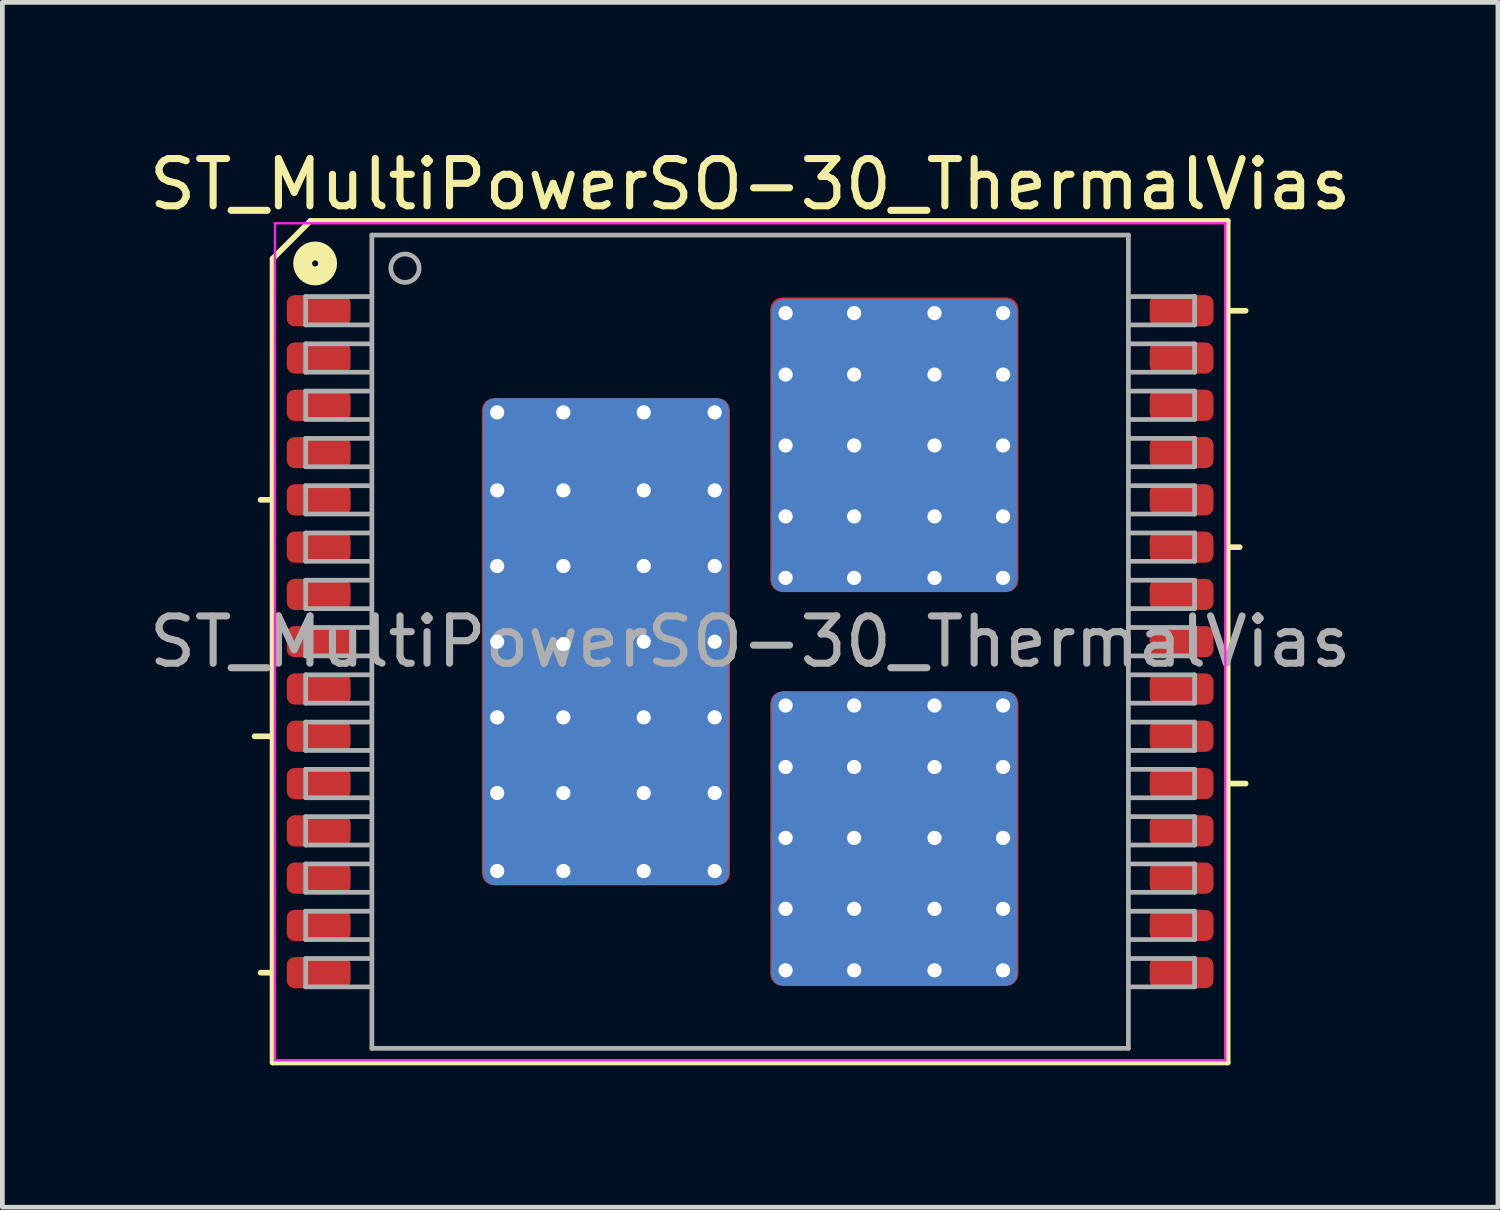
<source format=kicad_pcb>
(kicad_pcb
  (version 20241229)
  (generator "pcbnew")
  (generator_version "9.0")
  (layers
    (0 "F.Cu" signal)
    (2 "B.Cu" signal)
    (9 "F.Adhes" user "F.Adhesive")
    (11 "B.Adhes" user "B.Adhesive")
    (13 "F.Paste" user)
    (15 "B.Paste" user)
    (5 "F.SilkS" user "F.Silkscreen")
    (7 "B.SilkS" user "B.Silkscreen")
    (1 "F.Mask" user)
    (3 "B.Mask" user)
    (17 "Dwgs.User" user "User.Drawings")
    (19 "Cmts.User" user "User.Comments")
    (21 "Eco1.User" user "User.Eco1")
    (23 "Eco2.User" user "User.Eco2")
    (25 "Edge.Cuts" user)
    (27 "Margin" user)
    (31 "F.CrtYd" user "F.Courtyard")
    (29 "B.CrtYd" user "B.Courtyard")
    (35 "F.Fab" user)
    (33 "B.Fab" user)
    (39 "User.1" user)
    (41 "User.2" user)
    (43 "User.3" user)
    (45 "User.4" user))
  (footprint "ST_MultiPowerSO-30_ThermalVias"
    (layer "F.Cu")
    (at 12.815 10.522)
    (property "Reference" "ST_MultiPowerSO-30_ThermalVias" (at 0 -9.674 0) (layer "F.SilkS") (effects (font (size 1 1) (thickness 0.15))))
    (attr smd)
    (fp_line (start -10.481 2) (end -10.1 2) (stroke (width 0.12) (type solid)) (layer "F.SilkS"))
    (fp_line (start -10.354 -3) (end -10.1 -3) (stroke (width 0.12) (type solid)) (layer "F.SilkS"))
    (fp_line (start -10.354 7) (end -10.1 7) (stroke (width 0.12) (type solid)) (layer "F.SilkS"))
    (fp_line (start -10.1 -8.1) (end -10.1 8.9) (stroke (width 0.12) (type solid)) (layer "F.SilkS"))
    (fp_line (start -10.1 -8.1) (end -9.3 -8.9) (stroke (width 0.12) (type solid)) (layer "F.SilkS"))
    (fp_line (start -10.1 8.9) (end 10.1 8.9) (stroke (width 0.12) (type solid)) (layer "F.SilkS"))
    (fp_line (start 10.1 -8.9) (end -9.3 -8.9) (stroke (width 0.12) (type solid)) (layer "F.SilkS"))
    (fp_line (start 10.1 -7) (end 10.481 -7) (stroke (width 0.12) (type solid)) (layer "F.SilkS"))
    (fp_line (start 10.1 -2) (end 10.354 -2) (stroke (width 0.12) (type solid)) (layer "F.SilkS"))
    (fp_line (start 10.1 3) (end 10.481 3) (stroke (width 0.12) (type solid)) (layer "F.SilkS"))
    (fp_line (start 10.1 8.9) (end 10.1 -8.9) (stroke (width 0.12) (type solid)) (layer "F.SilkS"))
    (fp_circle (center -9.2 -8) (end -9.136 -8) (stroke (width 0.4) (type solid)) (fill no) (layer "F.SilkS"))
    (fp_line (start -10.05 -8.85) (end -10.05 8.85) (stroke (width 0.05) (type solid)) (layer "F.CrtYd"))
    (fp_line (start -10.05 -8.85) (end 10.05 -8.85) (stroke (width 0.05) (type solid)) (layer "F.CrtYd"))
    (fp_line (start 10.05 8.85) (end -10.05 8.85) (stroke (width 0.05) (type solid)) (layer "F.CrtYd"))
    (fp_line (start 10.05 8.85) (end 10.05 -8.85) (stroke (width 0.05) (type solid)) (layer "F.CrtYd"))
    (fp_line (start -9.4 -7.3) (end -9.4 -6.7) (stroke (width 0.1) (type solid)) (layer "F.Fab"))
    (fp_line (start -9.4 -7.3) (end -8 -7.3) (stroke (width 0.1) (type solid)) (layer "F.Fab"))
    (fp_line (start -9.4 -6.7) (end -8 -6.7) (stroke (width 0.1) (type solid)) (layer "F.Fab"))
    (fp_line (start -9.4 -6.3) (end -9.4 -5.7) (stroke (width 0.1) (type solid)) (layer "F.Fab"))
    (fp_line (start -9.4 -6.3) (end -8 -6.3) (stroke (width 0.1) (type solid)) (layer "F.Fab"))
    (fp_line (start -9.4 -5.7) (end -8 -5.7) (stroke (width 0.1) (type solid)) (layer "F.Fab"))
    (fp_line (start -9.4 -5.3) (end -9.4 -4.7) (stroke (width 0.1) (type solid)) (layer "F.Fab"))
    (fp_line (start -9.4 -5.3) (end -8 -5.3) (stroke (width 0.1) (type solid)) (layer "F.Fab"))
    (fp_line (start -9.4 -4.7) (end -8 -4.7) (stroke (width 0.1) (type solid)) (layer "F.Fab"))
    (fp_line (start -9.4 -4.3) (end -9.4 -3.7) (stroke (width 0.1) (type solid)) (layer "F.Fab"))
    (fp_line (start -9.4 -4.3) (end -8 -4.3) (stroke (width 0.1) (type solid)) (layer "F.Fab"))
    (fp_line (start -9.4 -3.7) (end -8 -3.7) (stroke (width 0.1) (type solid)) (layer "F.Fab"))
    (fp_line (start -9.4 -3.3) (end -9.4 -2.7) (stroke (width 0.1) (type solid)) (layer "F.Fab"))
    (fp_line (start -9.4 -3.3) (end -8 -3.3) (stroke (width 0.1) (type solid)) (layer "F.Fab"))
    (fp_line (start -9.4 -2.7) (end -8 -2.7) (stroke (width 0.1) (type solid)) (layer "F.Fab"))
    (fp_line (start -9.4 -2.3) (end -9.4 -1.7) (stroke (width 0.1) (type solid)) (layer "F.Fab"))
    (fp_line (start -9.4 -2.3) (end -8 -2.3) (stroke (width 0.1) (type solid)) (layer "F.Fab"))
    (fp_line (start -9.4 -1.7) (end -8 -1.7) (stroke (width 0.1) (type solid)) (layer "F.Fab"))
    (fp_line (start -9.4 -1.3) (end -9.4 -0.7) (stroke (width 0.1) (type solid)) (layer "F.Fab"))
    (fp_line (start -9.4 -1.3) (end -8 -1.3) (stroke (width 0.1) (type solid)) (layer "F.Fab"))
    (fp_line (start -9.4 -0.7) (end -8 -0.7) (stroke (width 0.1) (type solid)) (layer "F.Fab"))
    (fp_line (start -9.4 -0.3) (end -9.4 0.3) (stroke (width 0.1) (type solid)) (layer "F.Fab"))
    (fp_line (start -9.4 -0.3) (end -8 -0.3) (stroke (width 0.1) (type solid)) (layer "F.Fab"))
    (fp_line (start -9.4 0.3) (end -8 0.3) (stroke (width 0.1) (type solid)) (layer "F.Fab"))
    (fp_line (start -9.4 0.7) (end -9.4 1.3) (stroke (width 0.1) (type solid)) (layer "F.Fab"))
    (fp_line (start -9.4 0.7) (end -8 0.7) (stroke (width 0.1) (type solid)) (layer "F.Fab"))
    (fp_line (start -9.4 1.3) (end -8 1.3) (stroke (width 0.1) (type solid)) (layer "F.Fab"))
    (fp_line (start -9.4 1.7) (end -9.4 2.3) (stroke (width 0.1) (type solid)) (layer "F.Fab"))
    (fp_line (start -9.4 1.7) (end -8 1.7) (stroke (width 0.1) (type solid)) (layer "F.Fab"))
    (fp_line (start -9.4 2.3) (end -8 2.3) (stroke (width 0.1) (type solid)) (layer "F.Fab"))
    (fp_line (start -9.4 2.7) (end -9.4 3.3) (stroke (width 0.1) (type solid)) (layer "F.Fab"))
    (fp_line (start -9.4 2.7) (end -8 2.7) (stroke (width 0.1) (type solid)) (layer "F.Fab"))
    (fp_line (start -9.4 3.3) (end -8 3.3) (stroke (width 0.1) (type solid)) (layer "F.Fab"))
    (fp_line (start -9.4 3.7) (end -9.4 4.3) (stroke (width 0.1) (type solid)) (layer "F.Fab"))
    (fp_line (start -9.4 3.7) (end -8 3.7) (stroke (width 0.1) (type solid)) (layer "F.Fab"))
    (fp_line (start -9.4 4.3) (end -8 4.3) (stroke (width 0.1) (type solid)) (layer "F.Fab"))
    (fp_line (start -9.4 4.7) (end -9.4 5.3) (stroke (width 0.1) (type solid)) (layer "F.Fab"))
    (fp_line (start -9.4 4.7) (end -8 4.7) (stroke (width 0.1) (type solid)) (layer "F.Fab"))
    (fp_line (start -9.4 5.3) (end -8 5.3) (stroke (width 0.1) (type solid)) (layer "F.Fab"))
    (fp_line (start -9.4 5.7) (end -9.4 6.3) (stroke (width 0.1) (type solid)) (layer "F.Fab"))
    (fp_line (start -9.4 5.7) (end -8 5.7) (stroke (width 0.1) (type solid)) (layer "F.Fab"))
    (fp_line (start -9.4 6.3) (end -8 6.3) (stroke (width 0.1) (type solid)) (layer "F.Fab"))
    (fp_line (start -9.4 6.7) (end -9.4 7.3) (stroke (width 0.1) (type solid)) (layer "F.Fab"))
    (fp_line (start -9.4 6.7) (end -8 6.7) (stroke (width 0.1) (type solid)) (layer "F.Fab"))
    (fp_line (start -9.4 7.3) (end -8 7.3) (stroke (width 0.1) (type solid)) (layer "F.Fab"))
    (fp_line (start -8 -8.6) (end -8 8.6) (stroke (width 0.1) (type solid)) (layer "F.Fab"))
    (fp_line (start -8 8.6) (end 8 8.6) (stroke (width 0.1) (type solid)) (layer "F.Fab"))
    (fp_line (start 8 -8.6) (end -8 -8.6) (stroke (width 0.1) (type solid)) (layer "F.Fab"))
    (fp_line (start 8 8.6) (end 8 -8.6) (stroke (width 0.1) (type solid)) (layer "F.Fab"))
    (fp_line (start 9.4 -7.3) (end 8 -7.3) (stroke (width 0.1) (type solid)) (layer "F.Fab"))
    (fp_line (start 9.4 -6.7) (end 8 -6.7) (stroke (width 0.1) (type solid)) (layer "F.Fab"))
    (fp_line (start 9.4 -6.7) (end 9.4 -7.3) (stroke (width 0.1) (type solid)) (layer "F.Fab"))
    (fp_line (start 9.4 -6.3) (end 8 -6.3) (stroke (width 0.1) (type solid)) (layer "F.Fab"))
    (fp_line (start 9.4 -5.7) (end 8 -5.7) (stroke (width 0.1) (type solid)) (layer "F.Fab"))
    (fp_line (start 9.4 -5.7) (end 9.4 -6.3) (stroke (width 0.1) (type solid)) (layer "F.Fab"))
    (fp_line (start 9.4 -5.3) (end 8 -5.3) (stroke (width 0.1) (type solid)) (layer "F.Fab"))
    (fp_line (start 9.4 -4.7) (end 8 -4.7) (stroke (width 0.1) (type solid)) (layer "F.Fab"))
    (fp_line (start 9.4 -4.7) (end 9.4 -5.3) (stroke (width 0.1) (type solid)) (layer "F.Fab"))
    (fp_line (start 9.4 -4.3) (end 8 -4.3) (stroke (width 0.1) (type solid)) (layer "F.Fab"))
    (fp_line (start 9.4 -3.7) (end 8 -3.7) (stroke (width 0.1) (type solid)) (layer "F.Fab"))
    (fp_line (start 9.4 -3.7) (end 9.4 -4.3) (stroke (width 0.1) (type solid)) (layer "F.Fab"))
    (fp_line (start 9.4 -3.3) (end 8 -3.3) (stroke (width 0.1) (type solid)) (layer "F.Fab"))
    (fp_line (start 9.4 -2.7) (end 8 -2.7) (stroke (width 0.1) (type solid)) (layer "F.Fab"))
    (fp_line (start 9.4 -2.7) (end 9.4 -3.3) (stroke (width 0.1) (type solid)) (layer "F.Fab"))
    (fp_line (start 9.4 -2.3) (end 8 -2.3) (stroke (width 0.1) (type solid)) (layer "F.Fab"))
    (fp_line (start 9.4 -1.7) (end 8 -1.7) (stroke (width 0.1) (type solid)) (layer "F.Fab"))
    (fp_line (start 9.4 -1.7) (end 9.4 -2.3) (stroke (width 0.1) (type solid)) (layer "F.Fab"))
    (fp_line (start 9.4 -1.3) (end 8 -1.3) (stroke (width 0.1) (type solid)) (layer "F.Fab"))
    (fp_line (start 9.4 -0.7) (end 8 -0.7) (stroke (width 0.1) (type solid)) (layer "F.Fab"))
    (fp_line (start 9.4 -0.7) (end 9.4 -1.3) (stroke (width 0.1) (type solid)) (layer "F.Fab"))
    (fp_line (start 9.4 -0.3) (end 8 -0.3) (stroke (width 0.1) (type solid)) (layer "F.Fab"))
    (fp_line (start 9.4 0.3) (end 8 0.3) (stroke (width 0.1) (type solid)) (layer "F.Fab"))
    (fp_line (start 9.4 0.3) (end 9.4 -0.3) (stroke (width 0.1) (type solid)) (layer "F.Fab"))
    (fp_line (start 9.4 0.7) (end 8 0.7) (stroke (width 0.1) (type solid)) (layer "F.Fab"))
    (fp_line (start 9.4 1.3) (end 8 1.3) (stroke (width 0.1) (type solid)) (layer "F.Fab"))
    (fp_line (start 9.4 1.3) (end 9.4 0.7) (stroke (width 0.1) (type solid)) (layer "F.Fab"))
    (fp_line (start 9.4 1.7) (end 8 1.7) (stroke (width 0.1) (type solid)) (layer "F.Fab"))
    (fp_line (start 9.4 2.3) (end 8 2.3) (stroke (width 0.1) (type solid)) (layer "F.Fab"))
    (fp_line (start 9.4 2.3) (end 9.4 1.7) (stroke (width 0.1) (type solid)) (layer "F.Fab"))
    (fp_line (start 9.4 2.7) (end 8 2.7) (stroke (width 0.1) (type solid)) (layer "F.Fab"))
    (fp_line (start 9.4 3.3) (end 8 3.3) (stroke (width 0.1) (type solid)) (layer "F.Fab"))
    (fp_line (start 9.4 3.3) (end 9.4 2.7) (stroke (width 0.1) (type solid)) (layer "F.Fab"))
    (fp_line (start 9.4 3.7) (end 8 3.7) (stroke (width 0.1) (type solid)) (layer "F.Fab"))
    (fp_line (start 9.4 4.3) (end 8 4.3) (stroke (width 0.1) (type solid)) (layer "F.Fab"))
    (fp_line (start 9.4 4.3) (end 9.4 3.7) (stroke (width 0.1) (type solid)) (layer "F.Fab"))
    (fp_line (start 9.4 4.7) (end 8 4.7) (stroke (width 0.1) (type solid)) (layer "F.Fab"))
    (fp_line (start 9.4 5.3) (end 8 5.3) (stroke (width 0.1) (type solid)) (layer "F.Fab"))
    (fp_line (start 9.4 5.3) (end 9.4 4.7) (stroke (width 0.1) (type solid)) (layer "F.Fab"))
    (fp_line (start 9.4 5.7) (end 8 5.7) (stroke (width 0.1) (type solid)) (layer "F.Fab"))
    (fp_line (start 9.4 6.3) (end 8 6.3) (stroke (width 0.1) (type solid)) (layer "F.Fab"))
    (fp_line (start 9.4 6.3) (end 9.4 5.7) (stroke (width 0.1) (type solid)) (layer "F.Fab"))
    (fp_line (start 9.4 6.7) (end 8 6.7) (stroke (width 0.1) (type solid)) (layer "F.Fab"))
    (fp_line (start 9.4 7.3) (end 8 7.3) (stroke (width 0.1) (type solid)) (layer "F.Fab"))
    (fp_line (start 9.4 7.3) (end 9.4 6.7) (stroke (width 0.1) (type solid)) (layer "F.Fab"))
    (fp_circle (center -7.3 -7.9) (end -7 -7.9) (stroke (width 0.1) (type solid)) (fill no) (layer "F.Fab"))
    (fp_text user "${REFERENCE}" (at 0 0 0) (layer "F.Fab") (effects (font (size 1 1) (thickness 0.15))))
    (pad "" smd roundrect (at -4.8 -4) (size 1.4 1.3) (layers "F.Paste") (roundrect_rratio 0.192))
    (pad "" smd roundrect (at -4.8 -2.4) (size 1.4 1.3) (layers "F.Paste") (roundrect_rratio 0.192))
    (pad "" smd roundrect (at -4.8 -0.8) (size 1.4 1.3) (layers "F.Paste") (roundrect_rratio 0.192))
    (pad "" smd roundrect (at -4.8 0.8) (size 1.4 1.3) (layers "F.Paste") (roundrect_rratio 0.192))
    (pad "" smd roundrect (at -4.8 2.4) (size 1.4 1.3) (layers "F.Paste") (roundrect_rratio 0.192))
    (pad "" smd roundrect (at -4.8 4) (size 1.4 1.3) (layers "F.Paste") (roundrect_rratio 0.192))
    (pad "" smd roundrect (at -3.1 -4) (size 1.4 1.3) (layers "F.Paste") (roundrect_rratio 0.192))
    (pad "" smd roundrect (at -3.1 -2.4) (size 1.4 1.3) (layers "F.Paste") (roundrect_rratio 0.192))
    (pad "" smd roundrect (at -3.1 -0.8) (size 1.4 1.3) (layers "F.Paste") (roundrect_rratio 0.192))
    (pad "" smd roundrect (at -3.1 0.8) (size 1.4 1.3) (layers "F.Paste") (roundrect_rratio 0.192))
    (pad "" smd roundrect (at -3.1 2.4) (size 1.4 1.3) (layers "F.Paste") (roundrect_rratio 0.192))
    (pad "" smd roundrect (at -3.1 4) (size 1.4 1.3) (layers "F.Paste") (roundrect_rratio 0.192))
    (pad "" smd roundrect (at -1.4 -4) (size 1.4 1.3) (layers "F.Paste") (roundrect_rratio 0.192))
    (pad "" smd roundrect (at -1.4 -2.4) (size 1.4 1.3) (layers "F.Paste") (roundrect_rratio 0.192))
    (pad "" smd roundrect (at -1.4 -0.8) (size 1.4 1.3) (layers "F.Paste") (roundrect_rratio 0.192))
    (pad "" smd roundrect (at -1.4 0.8) (size 1.4 1.3) (layers "F.Paste") (roundrect_rratio 0.192))
    (pad "" smd roundrect (at -1.4 2.4) (size 1.4 1.3) (layers "F.Paste") (roundrect_rratio 0.192))
    (pad "" smd roundrect (at -1.4 4) (size 1.4 1.3) (layers "F.Paste") (roundrect_rratio 0.192))
    (pad "" smd roundrect (at 1.35 -6.4) (size 1.4 1.2) (layers "F.Paste") (roundrect_rratio 0.208))
    (pad "" smd roundrect (at 1.35 -4.9) (size 1.4 1.2) (layers "F.Paste") (roundrect_rratio 0.208))
    (pad "" smd roundrect (at 1.35 -3.4) (size 1.4 1.2) (layers "F.Paste") (roundrect_rratio 0.208))
    (pad "" smd roundrect (at 1.35 -1.9) (size 1.4 1.2) (layers "F.Paste") (roundrect_rratio 0.208))
    (pad "" smd roundrect (at 1.35 1.9) (size 1.4 1.2) (layers "F.Paste") (roundrect_rratio 0.208))
    (pad "" smd roundrect (at 1.35 3.4) (size 1.4 1.2) (layers "F.Paste") (roundrect_rratio 0.208))
    (pad "" smd roundrect (at 1.35 4.9) (size 1.4 1.2) (layers "F.Paste") (roundrect_rratio 0.208))
    (pad "" smd roundrect (at 1.35 6.4) (size 1.4 1.2) (layers "F.Paste") (roundrect_rratio 0.208))
    (pad "" smd roundrect (at 3.05 -6.4) (size 1.4 1.2) (layers "F.Paste") (roundrect_rratio 0.208))
    (pad "" smd roundrect (at 3.05 -4.9) (size 1.4 1.2) (layers "F.Paste") (roundrect_rratio 0.208))
    (pad "" smd roundrect (at 3.05 -3.4) (size 1.4 1.2) (layers "F.Paste") (roundrect_rratio 0.208))
    (pad "" smd roundrect (at 3.05 -1.9) (size 1.4 1.2) (layers "F.Paste") (roundrect_rratio 0.208))
    (pad "" smd roundrect (at 3.05 1.9) (size 1.4 1.2) (layers "F.Paste") (roundrect_rratio 0.208))
    (pad "" smd roundrect (at 3.05 3.4) (size 1.4 1.2) (layers "F.Paste") (roundrect_rratio 0.208))
    (pad "" smd roundrect (at 3.05 4.9) (size 1.4 1.2) (layers "F.Paste") (roundrect_rratio 0.208))
    (pad "" smd roundrect (at 3.05 6.4) (size 1.4 1.2) (layers "F.Paste") (roundrect_rratio 0.208))
    (pad "" smd roundrect (at 4.75 -6.4) (size 1.4 1.2) (layers "F.Paste") (roundrect_rratio 0.208))
    (pad "" smd roundrect (at 4.75 -4.9) (size 1.4 1.2) (layers "F.Paste") (roundrect_rratio 0.208))
    (pad "" smd roundrect (at 4.75 -3.4) (size 1.4 1.2) (layers "F.Paste") (roundrect_rratio 0.208))
    (pad "" smd roundrect (at 4.75 -1.9) (size 1.4 1.2) (layers "F.Paste") (roundrect_rratio 0.208))
    (pad "" smd roundrect (at 4.75 1.9) (size 1.4 1.2) (layers "F.Paste") (roundrect_rratio 0.208))
    (pad "" smd roundrect (at 4.75 3.4) (size 1.4 1.2) (layers "F.Paste") (roundrect_rratio 0.208))
    (pad "" smd roundrect (at 4.75 4.9) (size 1.4 1.2) (layers "F.Paste") (roundrect_rratio 0.208))
    (pad "" smd roundrect (at 4.75 6.4) (size 1.4 1.2) (layers "F.Paste") (roundrect_rratio 0.208))
    (pad "1" smd roundrect (at -9.125 -7 270) (size 0.66 1.35) (layers "F.Cu" "F.Mask" "F.Paste") (roundrect_rratio 0.25))
    (pad "2" smd roundrect (at -9.125 -6 270) (size 0.66 1.35) (layers "F.Cu" "F.Mask" "F.Paste") (roundrect_rratio 0.25))
    (pad "3" smd roundrect (at -9.125 -5 270) (size 0.66 1.35) (layers "F.Cu" "F.Mask" "F.Paste") (roundrect_rratio 0.25))
    (pad "4" smd roundrect (at -9.125 -4 270) (size 0.66 1.35) (layers "F.Cu" "F.Mask" "F.Paste") (roundrect_rratio 0.25))
    (pad "5" smd roundrect (at -9.125 -3 270) (size 0.66 1.35) (layers "F.Cu" "F.Mask" "F.Paste") (roundrect_rratio 0.25))
    (pad "6" smd roundrect (at -9.125 -2 270) (size 0.66 1.35) (layers "F.Cu" "F.Mask" "F.Paste") (roundrect_rratio 0.25))
    (pad "7" smd roundrect (at -9.125 -1 270) (size 0.66 1.35) (layers "F.Cu" "F.Mask" "F.Paste") (roundrect_rratio 0.25))
    (pad "8" smd roundrect (at -9.125 0 270) (size 0.66 1.35) (layers "F.Cu" "F.Mask" "F.Paste") (roundrect_rratio 0.25))
    (pad "9" smd roundrect (at -9.125 1 270) (size 0.66 1.35) (layers "F.Cu" "F.Mask" "F.Paste") (roundrect_rratio 0.25))
    (pad "10" smd roundrect (at -9.125 2 270) (size 0.66 1.35) (layers "F.Cu" "F.Mask" "F.Paste") (roundrect_rratio 0.25))
    (pad "11" smd roundrect (at -9.125 3 270) (size 0.66 1.35) (layers "F.Cu" "F.Mask" "F.Paste") (roundrect_rratio 0.25))
    (pad "12" smd roundrect (at -9.125 4 270) (size 0.66 1.35) (layers "F.Cu" "F.Mask" "F.Paste") (roundrect_rratio 0.25))
    (pad "13" smd roundrect (at -9.125 5 270) (size 0.66 1.35) (layers "F.Cu" "F.Mask" "F.Paste") (roundrect_rratio 0.25))
    (pad "14" smd roundrect (at -9.125 6 270) (size 0.66 1.35) (layers "F.Cu" "F.Mask" "F.Paste") (roundrect_rratio 0.25))
    (pad "15" smd roundrect (at -9.125 7 270) (size 0.66 1.35) (layers "F.Cu" "F.Mask" "F.Paste") (roundrect_rratio 0.25))
    (pad "16" smd roundrect (at 9.125 7 270) (size 0.66 1.35) (layers "F.Cu" "F.Mask" "F.Paste") (roundrect_rratio 0.25))
    (pad "17" smd roundrect (at 9.125 6 270) (size 0.66 1.35) (layers "F.Cu" "F.Mask" "F.Paste") (roundrect_rratio 0.25))
    (pad "18" smd roundrect (at 9.125 5 270) (size 0.66 1.35) (layers "F.Cu" "F.Mask" "F.Paste") (roundrect_rratio 0.25))
    (pad "19" smd roundrect (at 9.125 4 270) (size 0.66 1.35) (layers "F.Cu" "F.Mask" "F.Paste") (roundrect_rratio 0.25))
    (pad "20" smd roundrect (at 9.125 3 270) (size 0.66 1.35) (layers "F.Cu" "F.Mask" "F.Paste") (roundrect_rratio 0.25))
    (pad "21" smd roundrect (at 9.125 2 270) (size 0.66 1.35) (layers "F.Cu" "F.Mask" "F.Paste") (roundrect_rratio 0.25))
    (pad "22" smd roundrect (at 9.125 1 270) (size 0.66 1.35) (layers "F.Cu" "F.Mask" "F.Paste") (roundrect_rratio 0.25))
    (pad "23" smd roundrect (at 9.125 0 270) (size 0.66 1.35) (layers "F.Cu" "F.Mask" "F.Paste") (roundrect_rratio 0.25))
    (pad "24" smd roundrect (at 9.125 -1 270) (size 0.66 1.35) (layers "F.Cu" "F.Mask" "F.Paste") (roundrect_rratio 0.25))
    (pad "25" smd roundrect (at 9.125 -2 270) (size 0.66 1.35) (layers "F.Cu" "F.Mask" "F.Paste") (roundrect_rratio 0.25))
    (pad "26" smd roundrect (at 9.125 -3 270) (size 0.66 1.35) (layers "F.Cu" "F.Mask" "F.Paste") (roundrect_rratio 0.25))
    (pad "27" smd roundrect (at 9.125 -4 270) (size 0.66 1.35) (layers "F.Cu" "F.Mask" "F.Paste") (roundrect_rratio 0.25))
    (pad "28" smd roundrect (at 9.125 -5 270) (size 0.66 1.35) (layers "F.Cu" "F.Mask" "F.Paste") (roundrect_rratio 0.25))
    (pad "29" smd roundrect (at 9.125 -6 270) (size 0.66 1.35) (layers "F.Cu" "F.Mask" "F.Paste") (roundrect_rratio 0.25))
    (pad "30" smd roundrect (at 9.125 -7 270) (size 0.66 1.35) (layers "F.Cu" "F.Mask" "F.Paste") (roundrect_rratio 0.25))
    (pad "31" thru_hole circle (at -5.35 -4.85) (size 0.6 0.6) (drill 0.3) (property pad_prop_heatsink) (layers "*.Cu"))
    (pad "31" thru_hole circle (at -5.35 -3.2) (size 0.6 0.6) (drill 0.3) (property pad_prop_heatsink) (layers "*.Cu"))
    (pad "31" thru_hole circle (at -5.35 -1.6) (size 0.6 0.6) (drill 0.3) (property pad_prop_heatsink) (layers "*.Cu"))
    (pad "31" thru_hole circle (at -5.35 0) (size 0.6 0.6) (drill 0.3) (property pad_prop_heatsink) (layers "*.Cu"))
    (pad "31" thru_hole circle (at -5.35 1.6) (size 0.6 0.6) (drill 0.3) (property pad_prop_heatsink) (layers "*.Cu"))
    (pad "31" thru_hole circle (at -5.35 3.2) (size 0.6 0.6) (drill 0.3) (property pad_prop_heatsink) (layers "*.Cu"))
    (pad "31" thru_hole circle (at -5.35 4.85) (size 0.6 0.6) (drill 0.3) (property pad_prop_heatsink) (layers "*.Cu"))
    (pad "31" thru_hole circle (at -3.95 -4.85) (size 0.6 0.6) (drill 0.3) (property pad_prop_heatsink) (layers "*.Cu"))
    (pad "31" thru_hole circle (at -3.95 -3.2) (size 0.6 0.6) (drill 0.3) (property pad_prop_heatsink) (layers "*.Cu"))
    (pad "31" thru_hole circle (at -3.95 -1.6) (size 0.6 0.6) (drill 0.3) (property pad_prop_heatsink) (layers "*.Cu"))
    (pad "31" thru_hole circle (at -3.95 0.05) (size 0.6 0.6) (drill 0.3) (property pad_prop_heatsink) (layers "*.Cu"))
    (pad "31" thru_hole circle (at -3.95 1.6) (size 0.6 0.6) (drill 0.3) (property pad_prop_heatsink) (layers "*.Cu"))
    (pad "31" thru_hole circle (at -3.95 3.2) (size 0.6 0.6) (drill 0.3) (property pad_prop_heatsink) (layers "*.Cu"))
    (pad "31" thru_hole circle (at -3.95 4.85) (size 0.6 0.6) (drill 0.3) (property pad_prop_heatsink) (layers "*.Cu"))
    (pad "31" smd roundrect (at -3.05 0) (size 5.2 10.3) (layers "B.Cu" "B.Mask") (roundrect_rratio 0.048))
    (pad "31" smd roundrect (at -3.05 0) (size 5.25 10.3) (layers "F.Cu" "F.Mask") (roundrect_rratio 0.048))
    (pad "31" thru_hole circle (at -2.25 -4.85) (size 0.6 0.6) (drill 0.3) (property pad_prop_heatsink) (layers "*.Cu"))
    (pad "31" thru_hole circle (at -2.25 -3.2) (size 0.6 0.6) (drill 0.3) (property pad_prop_heatsink) (layers "*.Cu"))
    (pad "31" thru_hole circle (at -2.25 -1.6) (size 0.6 0.6) (drill 0.3) (property pad_prop_heatsink) (layers "*.Cu"))
    (pad "31" thru_hole circle (at -2.25 0) (size 0.6 0.6) (drill 0.3) (property pad_prop_heatsink) (layers "*.Cu"))
    (pad "31" thru_hole circle (at -2.25 1.6) (size 0.6 0.6) (drill 0.3) (property pad_prop_heatsink) (layers "*.Cu"))
    (pad "31" thru_hole circle (at -2.25 3.2) (size 0.6 0.6) (drill 0.3) (property pad_prop_heatsink) (layers "*.Cu"))
    (pad "31" thru_hole circle (at -2.25 4.85) (size 0.6 0.6) (drill 0.3) (property pad_prop_heatsink) (layers "*.Cu"))
    (pad "31" thru_hole circle (at -0.75 -4.85) (size 0.6 0.6) (drill 0.3) (property pad_prop_heatsink) (layers "*.Cu"))
    (pad "31" thru_hole circle (at -0.75 -3.2) (size 0.6 0.6) (drill 0.3) (property pad_prop_heatsink) (layers "*.Cu"))
    (pad "31" thru_hole circle (at -0.75 -1.6) (size 0.6 0.6) (drill 0.3) (property pad_prop_heatsink) (layers "*.Cu"))
    (pad "31" thru_hole circle (at -0.75 0) (size 0.6 0.6) (drill 0.3) (property pad_prop_heatsink) (layers "*.Cu"))
    (pad "31" thru_hole circle (at -0.75 1.6) (size 0.6 0.6) (drill 0.3) (property pad_prop_heatsink) (layers "*.Cu"))
    (pad "31" thru_hole circle (at -0.75 3.2) (size 0.6 0.6) (drill 0.3) (property pad_prop_heatsink) (layers "*.Cu"))
    (pad "31" thru_hole circle (at -0.75 4.85) (size 0.6 0.6) (drill 0.3) (property pad_prop_heatsink) (layers "*.Cu"))
    (pad "32" thru_hole circle (at 0.75 1.35) (size 0.6 0.6) (drill 0.3) (property pad_prop_heatsink) (layers "*.Cu"))
    (pad "32" thru_hole circle (at 0.75 2.65) (size 0.6 0.6) (drill 0.3) (property pad_prop_heatsink) (layers "*.Cu"))
    (pad "32" thru_hole circle (at 0.75 4.15) (size 0.6 0.6) (drill 0.3) (property pad_prop_heatsink) (layers "*.Cu"))
    (pad "32" thru_hole circle (at 0.75 5.65) (size 0.6 0.6) (drill 0.3) (property pad_prop_heatsink) (layers "*.Cu"))
    (pad "32" thru_hole circle (at 0.75 6.95) (size 0.6 0.6) (drill 0.3) (property pad_prop_heatsink) (layers "*.Cu"))
    (pad "32" thru_hole circle (at 2.2 1.35) (size 0.6 0.6) (drill 0.3) (property pad_prop_heatsink) (layers "*.Cu"))
    (pad "32" thru_hole circle (at 2.2 2.65) (size 0.6 0.6) (drill 0.3) (property pad_prop_heatsink) (layers "*.Cu"))
    (pad "32" thru_hole circle (at 2.2 4.15) (size 0.6 0.6) (drill 0.3) (property pad_prop_heatsink) (layers "*.Cu"))
    (pad "32" thru_hole circle (at 2.2 5.65) (size 0.6 0.6) (drill 0.3) (property pad_prop_heatsink) (layers "*.Cu"))
    (pad "32" thru_hole circle (at 2.2 6.95) (size 0.6 0.6) (drill 0.3) (property pad_prop_heatsink) (layers "*.Cu"))
    (pad "32" smd roundrect (at 3.05 4.165) (size 5.2 6.23) (layers "B.Cu" "B.Mask") (roundrect_rratio 0.048))
    (pad "32" smd roundrect (at 3.05 4.165) (size 5.25 6.23) (layers "F.Cu" "F.Mask") (roundrect_rratio 0.048))
    (pad "32" thru_hole circle (at 3.9 1.35) (size 0.6 0.6) (drill 0.3) (property pad_prop_heatsink) (layers "*.Cu"))
    (pad "32" thru_hole circle (at 3.9 2.65) (size 0.6 0.6) (drill 0.3) (property pad_prop_heatsink) (layers "*.Cu"))
    (pad "32" thru_hole circle (at 3.9 4.15) (size 0.6 0.6) (drill 0.3) (property pad_prop_heatsink) (layers "*.Cu"))
    (pad "32" thru_hole circle (at 3.9 5.65) (size 0.6 0.6) (drill 0.3) (property pad_prop_heatsink) (layers "*.Cu"))
    (pad "32" thru_hole circle (at 3.9 6.95) (size 0.6 0.6) (drill 0.3) (property pad_prop_heatsink) (layers "*.Cu"))
    (pad "32" thru_hole circle (at 5.35 1.35) (size 0.6 0.6) (drill 0.3) (property pad_prop_heatsink) (layers "*.Cu"))
    (pad "32" thru_hole circle (at 5.35 2.65) (size 0.6 0.6) (drill 0.3) (property pad_prop_heatsink) (layers "*.Cu"))
    (pad "32" thru_hole circle (at 5.35 4.15) (size 0.6 0.6) (drill 0.3) (property pad_prop_heatsink) (layers "*.Cu"))
    (pad "32" thru_hole circle (at 5.35 5.65) (size 0.6 0.6) (drill 0.3) (property pad_prop_heatsink) (layers "*.Cu"))
    (pad "32" thru_hole circle (at 5.35 6.95) (size 0.6 0.6) (drill 0.3) (property pad_prop_heatsink) (layers "*.Cu"))
    (pad "33" thru_hole circle (at 0.75 -6.95) (size 0.6 0.6) (drill 0.3) (property pad_prop_heatsink) (layers "*.Cu"))
    (pad "33" thru_hole circle (at 0.75 -5.65) (size 0.6 0.6) (drill 0.3) (property pad_prop_heatsink) (layers "*.Cu"))
    (pad "33" thru_hole circle (at 0.75 -4.15) (size 0.6 0.6) (drill 0.3) (property pad_prop_heatsink) (layers "*.Cu"))
    (pad "33" thru_hole circle (at 0.75 -2.65) (size 0.6 0.6) (drill 0.3) (property pad_prop_heatsink) (layers "*.Cu"))
    (pad "33" thru_hole circle (at 0.75 -1.35) (size 0.6 0.6) (drill 0.3) (property pad_prop_heatsink) (layers "*.Cu"))
    (pad "33" thru_hole circle (at 2.2 -6.95) (size 0.6 0.6) (drill 0.3) (property pad_prop_heatsink) (layers "*.Cu"))
    (pad "33" thru_hole circle (at 2.2 -5.65) (size 0.6 0.6) (drill 0.3) (property pad_prop_heatsink) (layers "*.Cu"))
    (pad "33" thru_hole circle (at 2.2 -4.15) (size 0.6 0.6) (drill 0.3) (property pad_prop_heatsink) (layers "*.Cu"))
    (pad "33" thru_hole circle (at 2.2 -2.65) (size 0.6 0.6) (drill 0.3) (property pad_prop_heatsink) (layers "*.Cu"))
    (pad "33" thru_hole circle (at 2.2 -1.35) (size 0.6 0.6) (drill 0.3) (property pad_prop_heatsink) (layers "*.Cu"))
    (pad "33" smd roundrect (at 3.05 -4.165) (size 5.25 6.23) (layers "F.Cu" "F.Mask") (roundrect_rratio 0.048))
    (pad "33" smd roundrect (at 3.05 -4.15) (size 5.2 6.2) (layers "B.Cu" "B.Mask") (roundrect_rratio 0.048))
    (pad "33" thru_hole circle (at 3.9 -6.95) (size 0.6 0.6) (drill 0.3) (property pad_prop_heatsink) (layers "*.Cu"))
    (pad "33" thru_hole circle (at 3.9 -5.65) (size 0.6 0.6) (drill 0.3) (property pad_prop_heatsink) (layers "*.Cu"))
    (pad "33" thru_hole circle (at 3.9 -4.15) (size 0.6 0.6) (drill 0.3) (property pad_prop_heatsink) (layers "*.Cu"))
    (pad "33" thru_hole circle (at 3.9 -2.65) (size 0.6 0.6) (drill 0.3) (property pad_prop_heatsink) (layers "*.Cu"))
    (pad "33" thru_hole circle (at 3.9 -1.35) (size 0.6 0.6) (drill 0.3) (property pad_prop_heatsink) (layers "*.Cu"))
    (pad "33" thru_hole circle (at 5.35 -6.95) (size 0.6 0.6) (drill 0.3) (property pad_prop_heatsink) (layers "*.Cu"))
    (pad "33" thru_hole circle (at 5.35 -5.65) (size 0.6 0.6) (drill 0.3) (property pad_prop_heatsink) (layers "*.Cu"))
    (pad "33" thru_hole circle (at 5.35 -4.15) (size 0.6 0.6) (drill 0.3) (property pad_prop_heatsink) (layers "*.Cu"))
    (pad "33" thru_hole circle (at 5.35 -2.65) (size 0.6 0.6) (drill 0.3) (property pad_prop_heatsink) (layers "*.Cu"))
    (pad "33" thru_hole circle (at 5.35 -1.35) (size 0.6 0.6) (drill 0.3) (property pad_prop_heatsink) (layers "*.Cu")))
  (gr_rect
    (start -3 -3)
    (end 28.631 22.482)
    (stroke (width 0.1) (type default))
    (fill no)
    (layer "Edge.Cuts")))
</source>
